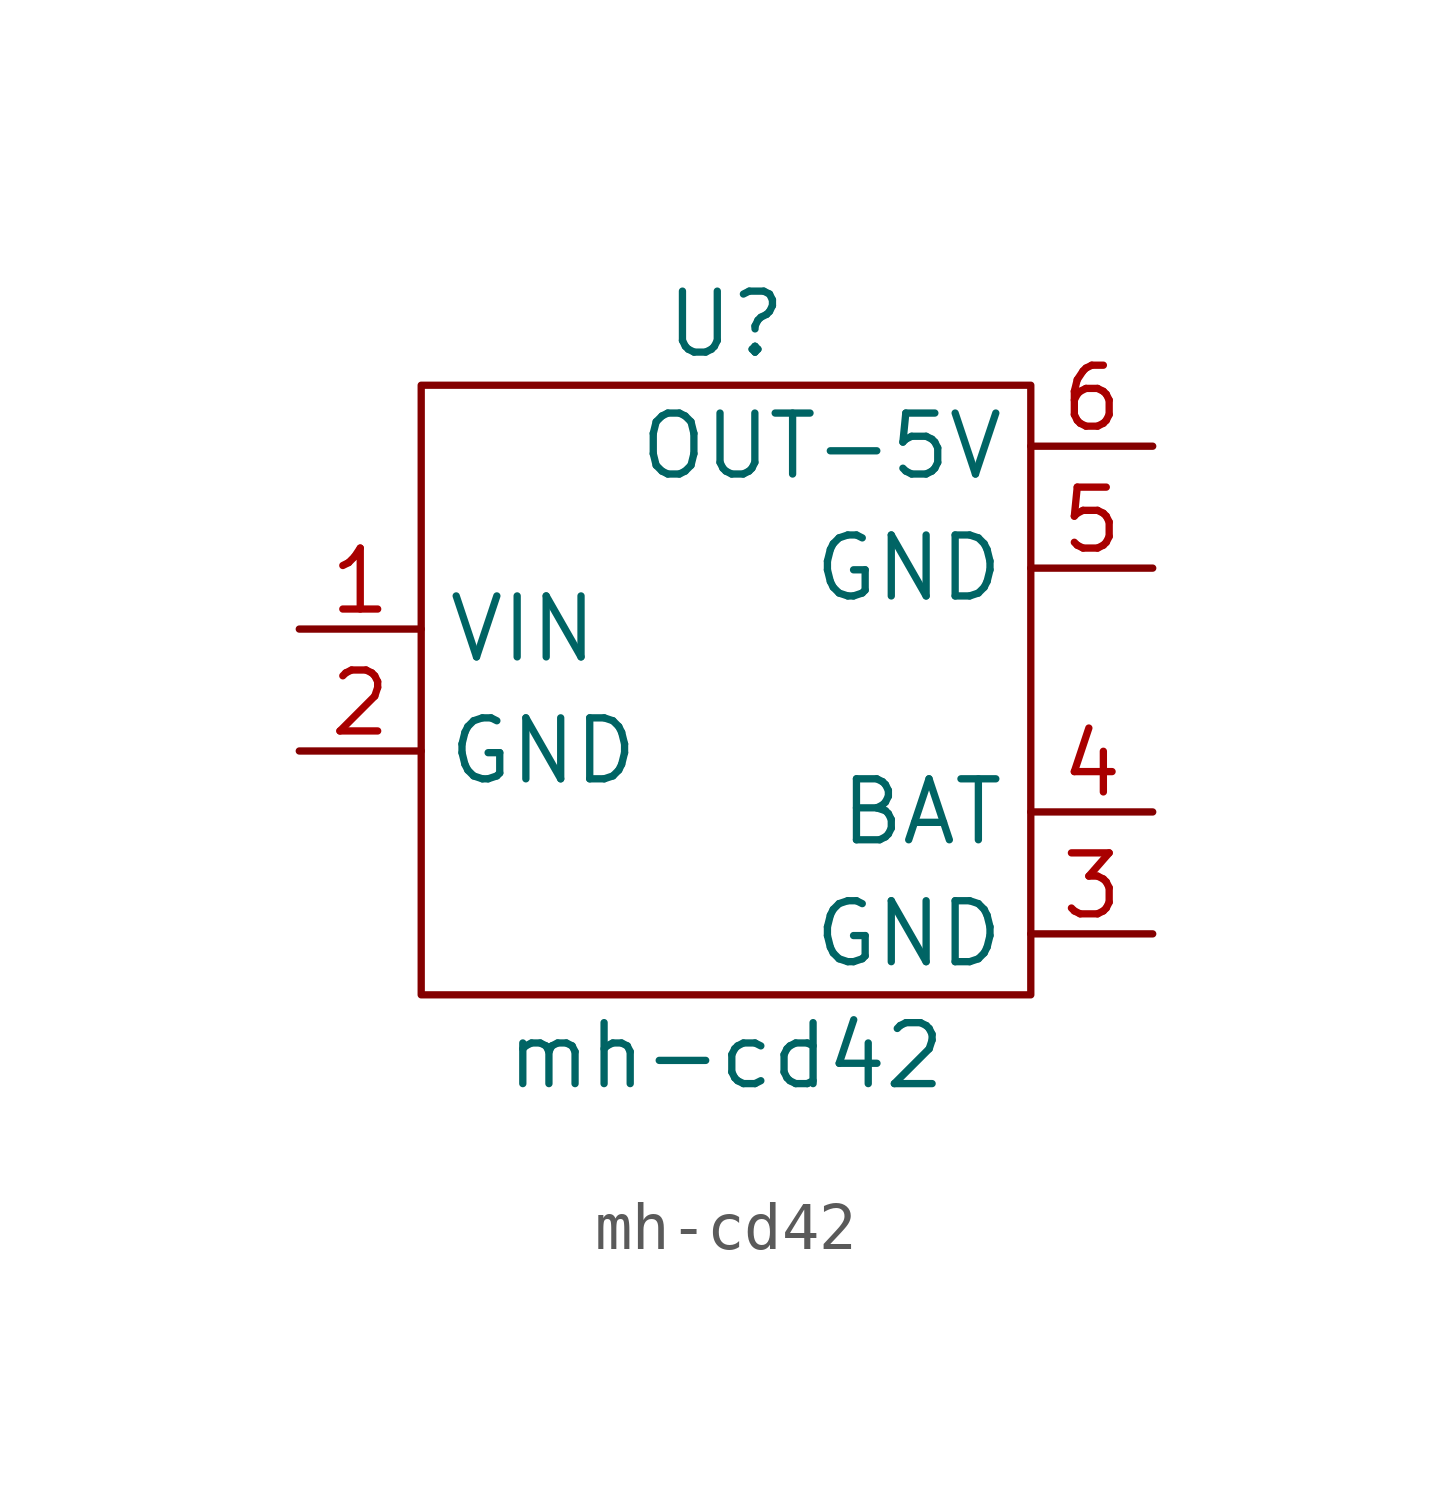
<source format=kicad_sym>
(kicad_symbol_lib
  (version 20211014)
  (generator kicad_symbol_editor)
  (symbol "mh-cd42"
    (property "Reference" "U"
      (at 0 7.62 0)
      (effects (font (size 1.27 1.27))))
    (property "Value" "mh-cd42"
      (at 0 -7.62 0)
      (effects (font (size 1.27 1.27))))
    (symbol "mh-cd42_0_1"
      (rectangle (start -6.35 6.35) (end 6.35 -6.35) (stroke (width 0) (type default) (color 0 0 0 0)) (fill (type none))))
    (symbol "mh-cd42_1_1"
      (pin power_in line (at -8.89 1.27 0) (length 2.54) (name "VIN" (effects (font (size 1.27 1.27)))) (number "1" (effects (font (size 1.27 1.27)))))
      (pin passive line (at -8.89 -1.27 0) (length 2.54) (name "GND" (effects (font (size 1.27 1.27)))) (number "2" (effects (font (size 1.27 1.27)))))
      (pin passive line (at 8.89 -5.08 180) (length 2.54) (name "GND" (effects (font (size 1.27 1.27)))) (number "3" (effects (font (size 1.27 1.27)))))
      (pin passive line (at 8.89 -2.54 180) (length 2.54) (name "BAT" (effects (font (size 1.27 1.27)))) (number "4" (effects (font (size 1.27 1.27)))))
      (pin passive line (at 8.89 2.54 180) (length 2.54) (name "GND" (effects (font (size 1.27 1.27)))) (number "5" (effects (font (size 1.27 1.27)))))
      (pin power_out line (at 8.89 5.08 180) (length 2.54) (name "OUT-5V" (effects (font (size 1.27 1.27)))) (number "6" (effects (font (size 1.27 1.27))))))))
</source>
